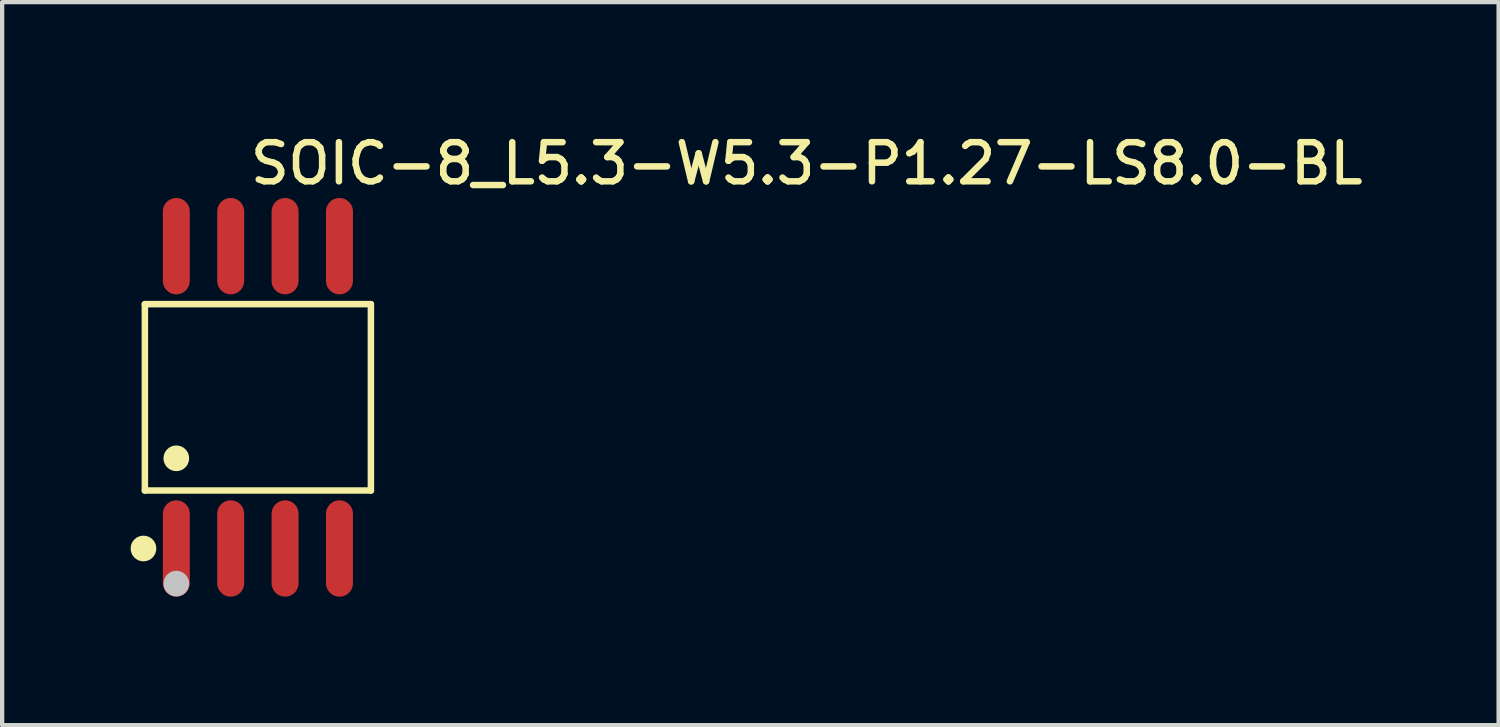
<source format=kicad_pcb>
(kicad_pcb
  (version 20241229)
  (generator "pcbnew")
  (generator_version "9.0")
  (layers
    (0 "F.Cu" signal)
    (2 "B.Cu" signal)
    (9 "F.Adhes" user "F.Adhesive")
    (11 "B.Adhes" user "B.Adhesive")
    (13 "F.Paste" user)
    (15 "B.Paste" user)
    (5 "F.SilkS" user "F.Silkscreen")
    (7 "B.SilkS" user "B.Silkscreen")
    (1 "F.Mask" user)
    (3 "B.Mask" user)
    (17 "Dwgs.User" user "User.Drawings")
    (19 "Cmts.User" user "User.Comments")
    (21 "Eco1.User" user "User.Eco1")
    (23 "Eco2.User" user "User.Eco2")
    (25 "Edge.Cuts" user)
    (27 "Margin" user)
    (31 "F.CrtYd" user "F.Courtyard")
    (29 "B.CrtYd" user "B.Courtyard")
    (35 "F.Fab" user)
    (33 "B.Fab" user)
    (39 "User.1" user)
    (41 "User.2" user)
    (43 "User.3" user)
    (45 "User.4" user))
  (footprint "SOIC-8_L5.3-W5.3-P1.27-LS8.0-BL"
    (layer "F.Cu")
    (at 2.972 6.228)
    (property "Reference" "SOIC-8_L5.3-W5.3-P1.27-LS8.0-BL" (at -0.254 -5.994 0) (layer "F.SilkS") (effects (font (size 0.914 0.914) (thickness 0.152)) (justify left top)))
    (fp_line (start -2.639 -2.176) (end 2.639 -2.176) (stroke (width 0.152) (type default)) (layer "F.SilkS"))
    (fp_line (start -2.639 2.176) (end -2.639 -2.176) (stroke (width 0.152) (type default)) (layer "F.SilkS"))
    (fp_line (start 2.639 -2.176) (end 2.639 2.176) (stroke (width 0.152) (type default)) (layer "F.SilkS"))
    (fp_line (start 2.639 2.176) (end -2.639 2.176) (stroke (width 0.152) (type default)) (layer "F.SilkS"))
    (fp_circle (center -2.672 3.53) (end -2.522 3.53) (stroke (width 0.3) (type default)) (fill no) (layer "F.SilkS"))
    (fp_circle (center -1.905 1.424) (end -1.755 1.424) (stroke (width 0.3) (type default)) (fill no) (layer "F.SilkS"))
    (fp_circle (center -1.905 4.35) (end -1.755 4.35) (stroke (width 0.3) (type default)) (fill no) (layer "Dwgs.User"))
    (fp_circle (center -2.585 3.92) (end -2.555 3.92) (stroke (width 0.06) (type default)) (fill no) (layer "User.5"))
    (pad "1" smd oval (at -1.905 3.53) (size 0.63 2.25) (layers "F.Cu" "F.Mask" "F.Paste"))
    (pad "2" smd oval (at -0.635 3.53) (size 0.63 2.25) (layers "F.Cu" "F.Mask" "F.Paste"))
    (pad "3" smd oval (at 0.635 3.53) (size 0.63 2.25) (layers "F.Cu" "F.Mask" "F.Paste"))
    (pad "4" smd oval (at 1.905 3.53) (size 0.63 2.25) (layers "F.Cu" "F.Mask" "F.Paste"))
    (pad "5" smd oval (at 1.905 -3.53) (size 0.63 2.25) (layers "F.Cu" "F.Mask" "F.Paste"))
    (pad "6" smd oval (at 0.635 -3.53) (size 0.63 2.25) (layers "F.Cu" "F.Mask" "F.Paste"))
    (pad "7" smd oval (at -0.635 -3.53) (size 0.63 2.25) (layers "F.Cu" "F.Mask" "F.Paste"))
    (pad "8" smd oval (at -1.905 -3.53) (size 0.63 2.25) (layers "F.Cu" "F.Mask" "F.Paste"))
    (zone (net_name "") (layer "User.3") (hatch edge 0.5) (priority 100) (connect_pads yes) (min_thickness 0) (filled_areas_thickness no) (fill yes) (polygon (pts (xy 0.357 8.868) (xy 0.357 3.588) (xy 5.587 3.588) (xy 5.587 8.868))) (filled_polygon (layer "User.3") (island) (pts (xy 0.357 8.868) (xy 0.357 3.588) (xy 5.587 3.588) (xy 5.587 8.868))))
    (zone (net_name "") (layer "User.4") (hatch edge 0.5) (priority 100) (connect_pads yes) (min_thickness 0) (filled_areas_thickness no) (fill yes) (polygon (pts (xy 0.842 2.278) (xy 0.842 2.928) (xy 1.292 2.928) (xy 1.292 2.278))) (filled_polygon (layer "User.4") (island) (pts (xy 0.842 2.278) (xy 0.842 2.928) (xy 1.292 2.928) (xy 1.292 2.278))))
    (zone (net_name "") (layer "User.4") (hatch edge 0.5) (priority 100) (connect_pads) (min_thickness 0) (filled_areas_thickness no) (keepout (tracks allowed) (vias allowed) (pads allowed) (copperpour not_allowed) (footprints allowed)) (placement (enabled no)) (fill) (polygon (pts (xy 0.842 2.918) (xy 0.842 3.633) (xy 1.292 3.633) (xy 1.292 2.918))))
    (zone (net_name "") (layer "User.4") (hatch edge 0.5) (priority 100) (connect_pads) (min_thickness 0) (filled_areas_thickness no) (keepout (tracks allowed) (vias allowed) (pads allowed) (copperpour not_allowed) (footprints allowed)) (placement (enabled no)) (fill) (polygon (pts (xy 0.842 9.538) (xy 0.842 8.823) (xy 1.292 8.823) (xy 1.292 9.538))))
    (zone (net_name "") (layer "User.4") (hatch edge 0.5) (priority 100) (connect_pads yes) (min_thickness 0) (filled_areas_thickness no) (fill yes) (polygon (pts (xy 0.842 10.178) (xy 0.842 9.528) (xy 1.292 9.528) (xy 1.292 10.178))) (filled_polygon (layer "User.4") (island) (pts (xy 0.842 10.178) (xy 0.842 9.528) (xy 1.292 9.528) (xy 1.292 10.178))))
    (zone (net_name "") (layer "User.4") (hatch edge 0.5) (priority 100) (connect_pads yes) (min_thickness 0) (filled_areas_thickness no) (fill yes) (polygon (pts (xy 2.112 2.278) (xy 2.112 2.928) (xy 2.562 2.928) (xy 2.562 2.278))) (filled_polygon (layer "User.4") (island) (pts (xy 2.112 2.278) (xy 2.112 2.928) (xy 2.562 2.928) (xy 2.562 2.278))))
    (zone (net_name "") (layer "User.4") (hatch edge 0.5) (priority 100) (connect_pads) (min_thickness 0) (filled_areas_thickness no) (keepout (tracks allowed) (vias allowed) (pads allowed) (copperpour not_allowed) (footprints allowed)) (placement (enabled no)) (fill) (polygon (pts (xy 2.112 2.918) (xy 2.112 3.633) (xy 2.562 3.633) (xy 2.562 2.918))))
    (zone (net_name "") (layer "User.4") (hatch edge 0.5) (priority 100) (connect_pads) (min_thickness 0) (filled_areas_thickness no) (keepout (tracks allowed) (vias allowed) (pads allowed) (copperpour not_allowed) (footprints allowed)) (placement (enabled no)) (fill) (polygon (pts (xy 2.112 9.538) (xy 2.112 8.823) (xy 2.562 8.823) (xy 2.562 9.538))))
    (zone (net_name "") (layer "User.4") (hatch edge 0.5) (priority 100) (connect_pads yes) (min_thickness 0) (filled_areas_thickness no) (fill yes) (polygon (pts (xy 2.112 10.178) (xy 2.112 9.528) (xy 2.562 9.528) (xy 2.562 10.178))) (filled_polygon (layer "User.4") (island) (pts (xy 2.112 10.178) (xy 2.112 9.528) (xy 2.562 9.528) (xy 2.562 10.178))))
    (zone (net_name "") (layer "User.4") (hatch edge 0.5) (priority 100) (connect_pads yes) (min_thickness 0) (filled_areas_thickness no) (fill yes) (polygon (pts (xy 3.382 2.278) (xy 3.382 2.928) (xy 3.832 2.928) (xy 3.832 2.278))) (filled_polygon (layer "User.4") (island) (pts (xy 3.382 2.278) (xy 3.382 2.928) (xy 3.832 2.928) (xy 3.832 2.278))))
    (zone (net_name "") (layer "User.4") (hatch edge 0.5) (priority 100) (connect_pads) (min_thickness 0) (filled_areas_thickness no) (keepout (tracks allowed) (vias allowed) (pads allowed) (copperpour not_allowed) (footprints allowed)) (placement (enabled no)) (fill) (polygon (pts (xy 3.382 2.918) (xy 3.382 3.633) (xy 3.832 3.633) (xy 3.832 2.918))))
    (zone (net_name "") (layer "User.4") (hatch edge 0.5) (priority 100) (connect_pads) (min_thickness 0) (filled_areas_thickness no) (keepout (tracks allowed) (vias allowed) (pads allowed) (copperpour not_allowed) (footprints allowed)) (placement (enabled no)) (fill) (polygon (pts (xy 3.382 9.538) (xy 3.382 8.823) (xy 3.832 8.823) (xy 3.832 9.538))))
    (zone (net_name "") (layer "User.4") (hatch edge 0.5) (priority 100) (connect_pads yes) (min_thickness 0) (filled_areas_thickness no) (fill yes) (polygon (pts (xy 3.382 10.178) (xy 3.382 9.528) (xy 3.832 9.528) (xy 3.832 10.178))) (filled_polygon (layer "User.4") (island) (pts (xy 3.382 10.178) (xy 3.382 9.528) (xy 3.832 9.528) (xy 3.832 10.178))))
    (zone (net_name "") (layer "User.4") (hatch edge 0.5) (priority 100) (connect_pads yes) (min_thickness 0) (filled_areas_thickness no) (fill yes) (polygon (pts (xy 4.652 2.278) (xy 4.652 2.928) (xy 5.102 2.928) (xy 5.102 2.278))) (filled_polygon (layer "User.4") (island) (pts (xy 4.652 2.278) (xy 4.652 2.928) (xy 5.102 2.928) (xy 5.102 2.278))))
    (zone (net_name "") (layer "User.4") (hatch edge 0.5) (priority 100) (connect_pads) (min_thickness 0) (filled_areas_thickness no) (keepout (tracks allowed) (vias allowed) (pads allowed) (copperpour not_allowed) (footprints allowed)) (placement (enabled no)) (fill) (polygon (pts (xy 4.652 2.918) (xy 4.652 3.633) (xy 5.102 3.633) (xy 5.102 2.918))))
    (zone (net_name "") (layer "User.4") (hatch edge 0.5) (priority 100) (connect_pads) (min_thickness 0) (filled_areas_thickness no) (keepout (tracks allowed) (vias allowed) (pads allowed) (copperpour not_allowed) (footprints allowed)) (placement (enabled no)) (fill) (polygon (pts (xy 4.652 9.538) (xy 4.652 8.823) (xy 5.102 8.823) (xy 5.102 9.538))))
    (zone (net_name "") (layer "User.4") (hatch edge 0.5) (priority 100) (connect_pads yes) (min_thickness 0) (filled_areas_thickness no) (fill yes) (polygon (pts (xy 4.652 10.178) (xy 4.652 9.528) (xy 5.102 9.528) (xy 5.102 10.178))) (filled_polygon (layer "User.4") (island) (pts (xy 4.652 10.178) (xy 4.652 9.528) (xy 5.102 9.528) (xy 5.102 10.178)))))
  (gr_rect
    (start -3 -3)
    (end 31.944 13.883)
    (stroke (width 0.1) (type default))
    (fill no)
    (layer "Edge.Cuts")))
</source>
